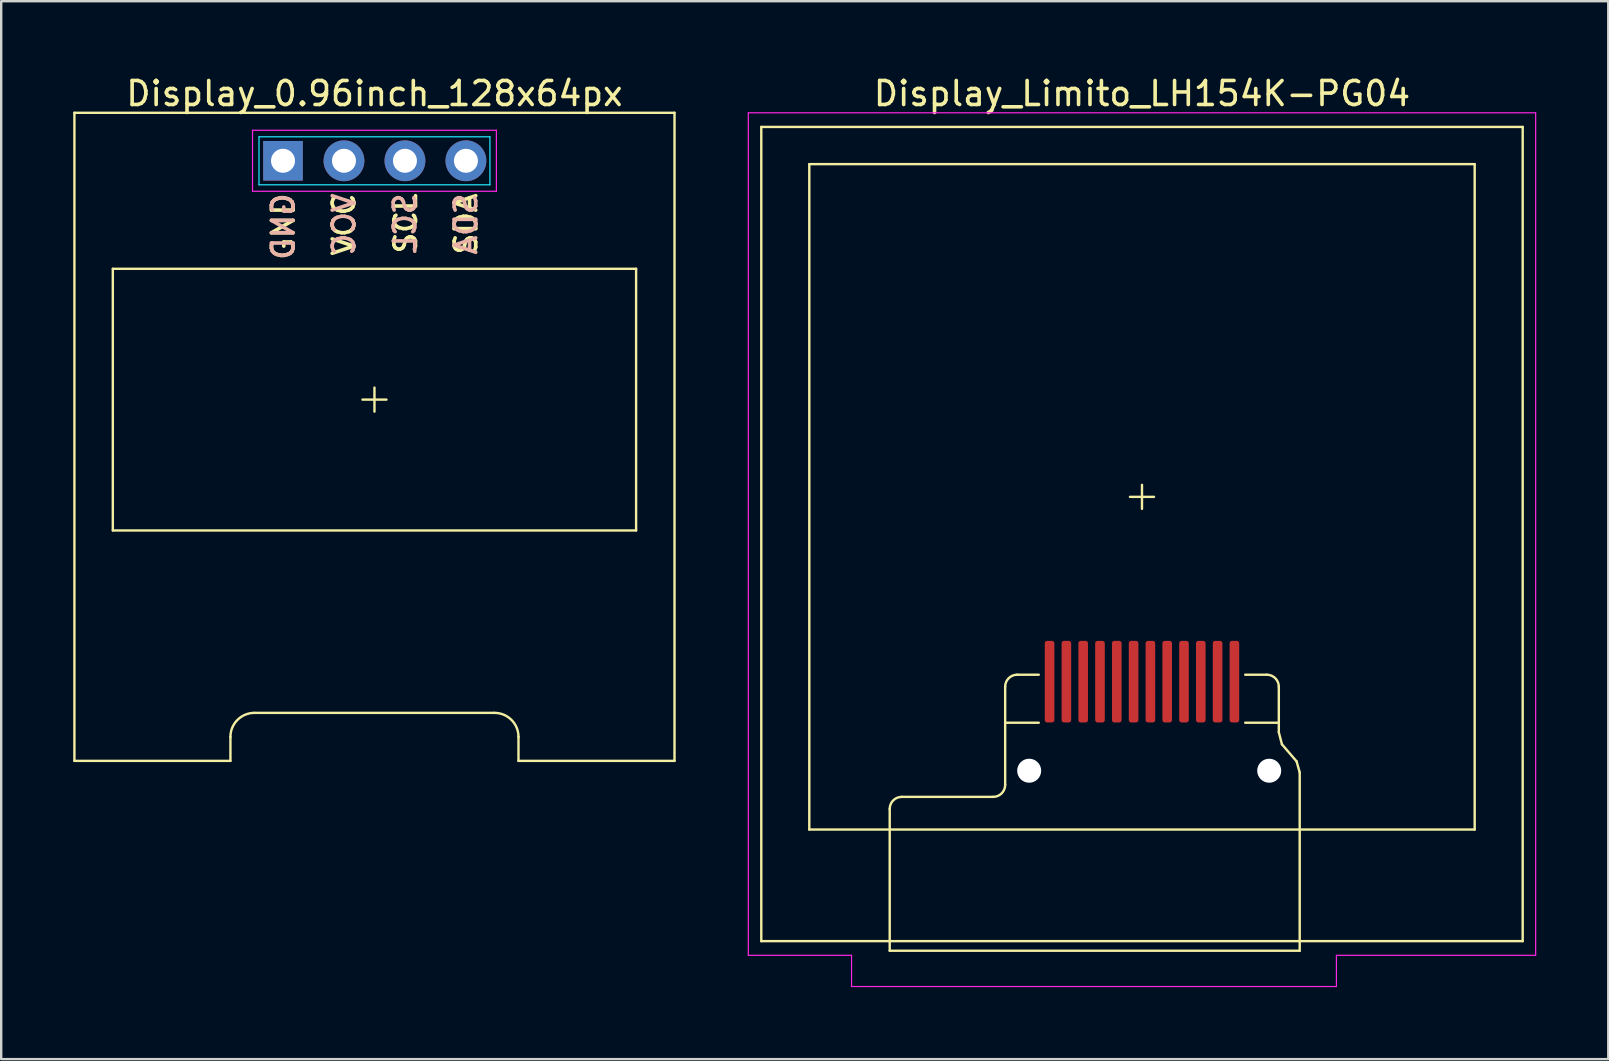
<source format=kicad_pcb>
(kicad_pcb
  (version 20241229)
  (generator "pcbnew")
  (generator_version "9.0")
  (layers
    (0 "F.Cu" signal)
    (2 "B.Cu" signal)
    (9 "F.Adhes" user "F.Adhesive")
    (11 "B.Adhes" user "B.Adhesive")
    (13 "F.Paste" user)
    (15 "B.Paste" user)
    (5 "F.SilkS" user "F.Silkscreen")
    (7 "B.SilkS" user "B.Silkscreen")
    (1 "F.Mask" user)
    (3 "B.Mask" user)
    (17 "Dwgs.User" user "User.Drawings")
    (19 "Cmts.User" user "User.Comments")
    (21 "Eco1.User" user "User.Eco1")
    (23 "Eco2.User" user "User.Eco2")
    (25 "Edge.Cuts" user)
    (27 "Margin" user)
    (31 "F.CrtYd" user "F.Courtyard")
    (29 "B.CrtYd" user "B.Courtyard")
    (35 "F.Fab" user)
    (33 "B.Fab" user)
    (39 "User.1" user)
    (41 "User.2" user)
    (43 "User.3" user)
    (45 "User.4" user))
  (footprint "Display_0.96inch_128x64px"
    (layer "F.Cu")
    (at 12.55 13.598)
    (property "Reference" "Display_0.96inch_128x64px" (at 0 -12.75 0) (layer "F.SilkS") (effects (font (size 1 1) (thickness 0.15))))
    (attr through_hole)
    (fp_line (start -12.5 -11.95) (end -12.5 15.05) (stroke (width 0.1) (type solid)) (layer "F.SilkS"))
    (fp_line (start -12.5 -11.95) (end 12.5 -11.95) (stroke (width 0.1) (type solid)) (layer "F.SilkS"))
    (fp_line (start -12.5 15.05) (end -6 15.05) (stroke (width 0.1) (type solid)) (layer "F.SilkS"))
    (fp_line (start -10.9 -5.45) (end -10.9 5.45) (stroke (width 0.1) (type solid)) (layer "F.SilkS"))
    (fp_line (start -10.9 5.45) (end 10.9 5.45) (stroke (width 0.1) (type solid)) (layer "F.SilkS"))
    (fp_line (start -6 14.05) (end -6 15.05) (stroke (width 0.1) (type solid)) (layer "F.SilkS"))
    (fp_line (start -5 13.05) (end 5 13.05) (stroke (width 0.1) (type solid)) (layer "F.SilkS"))
    (fp_line (start -0.5 0) (end 0.5 0) (stroke (width 0.1) (type solid)) (layer "F.SilkS"))
    (fp_line (start 0 -0.5) (end 0 0.5) (stroke (width 0.1) (type solid)) (layer "F.SilkS"))
    (fp_line (start 6 14.05) (end 6 15.05) (stroke (width 0.1) (type solid)) (layer "F.SilkS"))
    (fp_line (start 6 15.05) (end 12.5 15.05) (stroke (width 0.1) (type solid)) (layer "F.SilkS"))
    (fp_line (start 10.9 -5.45) (end -10.9 -5.45) (stroke (width 0.1) (type solid)) (layer "F.SilkS"))
    (fp_line (start 10.9 -5.45) (end 10.9 5.45) (stroke (width 0.1) (type solid)) (layer "F.SilkS"))
    (fp_line (start 12.5 -11.95) (end 12.5 15.05) (stroke (width 0.1) (type solid)) (layer "F.SilkS"))
    (fp_arc (start -6 14.05) (mid -5.707107 13.342893) (end -5 13.05) (stroke (width 0.1) (type solid)) (layer "F.SilkS"))
    (fp_arc (start 5 13.05) (mid 5.707107 13.342893) (end 6 14.05) (stroke (width 0.1) (type solid)) (layer "F.SilkS"))
    (fp_line (start -12.3 -6.45) (end 12.3 -6.45) (stroke (width 0.1) (type solid)) (layer "Eco2.User"))
    (fp_line (start -12.3 10.55) (end -12.3 -6.45) (stroke (width 0.1) (type solid)) (layer "Eco2.User"))
    (fp_line (start -12.3 10.55) (end 12.3 10.55) (stroke (width 0.1) (type solid)) (layer "Eco2.User"))
    (fp_line (start -11.9 -5.95) (end -11.9 6.45) (stroke (width 0.1) (type solid)) (layer "Eco2.User"))
    (fp_line (start -11.9 -5.95) (end 11.9 -5.95) (stroke (width 0.1) (type solid)) (layer "Eco2.User"))
    (fp_line (start -11.9 6.45) (end 11.9 6.45) (stroke (width 0.1) (type solid)) (layer "Eco2.User"))
    (fp_line (start -10.9 -5.45) (end -10.9 5.45) (stroke (width 0.1) (type solid)) (layer "Eco2.User"))
    (fp_line (start -10.9 -5.45) (end 10.9 -5.45) (stroke (width 0.1) (type solid)) (layer "Eco2.User"))
    (fp_line (start -10.9 5.45) (end 10.9 5.45) (stroke (width 0.1) (type solid)) (layer "Eco2.User"))
    (fp_line (start 10.9 -5.45) (end 10.9 5.45) (stroke (width 0.1) (type solid)) (layer "Eco2.User"))
    (fp_line (start 11.9 -5.95) (end 11.9 6.45) (stroke (width 0.1) (type solid)) (layer "Eco2.User"))
    (fp_line (start 12.3 -6.45) (end 12.3 10.55) (stroke (width 0.1) (type solid)) (layer "Eco2.User"))
    (fp_line (start -4.81 -10.95) (end -4.81 -8.95) (stroke (width 0.05) (type solid)) (layer "B.CrtYd"))
    (fp_line (start -4.81 -8.95) (end 4.81 -8.95) (stroke (width 0.05) (type solid)) (layer "B.CrtYd"))
    (fp_line (start 4.81 -10.95) (end -4.81 -10.95) (stroke (width 0.05) (type solid)) (layer "B.CrtYd"))
    (fp_line (start 4.81 -8.95) (end 4.81 -10.95) (stroke (width 0.05) (type solid)) (layer "B.CrtYd"))
    (fp_line (start -5.08 -11.22) (end -5.08 -8.68) (stroke (width 0.05) (type solid)) (layer "F.CrtYd"))
    (fp_line (start -5.08 -8.68) (end 5.08 -8.68) (stroke (width 0.05) (type solid)) (layer "F.CrtYd"))
    (fp_line (start 5.08 -11.22) (end -5.08 -11.22) (stroke (width 0.05) (type solid)) (layer "F.CrtYd"))
    (fp_line (start 5.08 -8.68) (end 5.08 -11.22) (stroke (width 0.05) (type solid)) (layer "F.CrtYd"))
    (fp_text user "SCL" (at 1.3 -8.68 90) (layer "F.SilkS") (effects (font (size 0.9 0.9) (thickness 0.15)) (justify right)))
    (fp_text user "SDA" (at 3.81 -8.68 90) (layer "F.SilkS") (effects (font (size 0.9 0.9) (thickness 0.15)) (justify right)))
    (fp_text user "VCC" (at -1.27 -8.68 90) (layer "F.SilkS") (effects (font (size 0.9 0.9) (thickness 0.15)) (justify right)))
    (fp_text user "GND" (at -3.8 -8.68 90) (layer "F.SilkS") (effects (font (size 0.9 0.9) (thickness 0.15)) (justify right)))
    (fp_text user "GND" (at -3.8 -8.68 90) (layer "B.SilkS") (effects (font (size 0.9 0.9) (thickness 0.15)) (justify left mirror)))
    (fp_text user "SDA" (at 3.81 -8.68 90) (layer "B.SilkS") (effects (font (size 0.9 0.9) (thickness 0.15)) (justify left mirror)))
    (fp_text user "SCL" (at 1.27 -8.68 90) (layer "B.SilkS") (effects (font (size 0.9 0.9) (thickness 0.15)) (justify left mirror)))
    (fp_text user "VCC" (at -1.27 -8.68 90) (layer "B.SilkS") (effects (font (size 0.9 0.9) (thickness 0.15)) (justify left mirror)))
    (fp_text user "Active area (Y tolerance: 0.5mm)" (at -10.8 5.05 0) (layer "Eco2.User") (effects (font (size 0.5 0.5) (thickness 0.075)) (justify left)))
    (fp_text user "Glass pane (approx)" (at -12.2 10.15 0) (layer "Eco2.User") (effects (font (size 0.5 0.5) (thickness 0.075)) (justify left)))
    (fp_text user "View area (approx)" (at -11.8 6.05 0) (layer "Eco2.User") (effects (font (size 0.5 0.5) (thickness 0.075)) (justify left)))
    (pad "1" thru_hole rect (at -3.81 -9.95 270) (size 1.65 1.65) (drill 1) (layers "*.Cu" "*.Mask"))
    (pad "2" thru_hole circle (at -1.27 -9.95 270) (size 1.7 1.7) (drill 1) (layers "*.Cu" "*.Mask"))
    (pad "3" thru_hole circle (at 1.27 -9.95 270) (size 1.7 1.7) (drill 1) (layers "*.Cu" "*.Mask"))
    (pad "4" thru_hole circle (at 3.81 -9.95 270) (size 1.7 1.7) (drill 1) (layers "*.Cu" "*.Mask")))
  (footprint "Display_Limito_LH154K-PG04"
    (layer "F.Cu")
    (at 44.525 17.648)
    (property "Reference" "Display_Limito_LH154K-PG04" (at 0 -16.8 0) (layer "F.SilkS") (effects (font (size 1 1) (thickness 0.15))))
    (attr smd)
    (fp_line (start -15.86 -15.41) (end -15.86 18.51) (stroke (width 0.1) (type solid)) (layer "F.SilkS"))
    (fp_line (start -15.86 18.51) (end 15.86 18.51) (stroke (width 0.1) (type solid)) (layer "F.SilkS"))
    (fp_line (start -13.86 13.86) (end -13.86 -13.86) (stroke (width 0.1) (type solid)) (layer "F.SilkS"))
    (fp_line (start -13.86 13.86) (end 13.86 13.86) (stroke (width 0.1) (type solid)) (layer "F.SilkS"))
    (fp_line (start -10.51 18.91) (end -10.51 13) (stroke (width 0.1) (type solid)) (layer "F.SilkS"))
    (fp_line (start -6.2 12.5) (end -10.01 12.5) (stroke (width 0.1) (type solid)) (layer "F.SilkS"))
    (fp_line (start -5.7 7.91) (end -5.7 12) (stroke (width 0.1) (type solid)) (layer "F.SilkS"))
    (fp_line (start -4.3 7.41) (end -5.2 7.41) (stroke (width 0.1) (type solid)) (layer "F.SilkS"))
    (fp_line (start -4.3 9.41) (end -5.7 9.41) (stroke (width 0.1) (type solid)) (layer "F.SilkS"))
    (fp_line (start -0.5 0) (end 0.5 0) (stroke (width 0.1) (type solid)) (layer "F.SilkS"))
    (fp_line (start 0 -0.5) (end 0 0.5) (stroke (width 0.1) (type solid)) (layer "F.SilkS"))
    (fp_line (start 5.2 7.41) (end 4.3 7.41) (stroke (width 0.1) (type solid)) (layer "F.SilkS"))
    (fp_line (start 5.7 9.41) (end 4.3 9.41) (stroke (width 0.1) (type solid)) (layer "F.SilkS"))
    (fp_line (start 5.7 9.81) (end 5.7 7.91) (stroke (width 0.1) (type solid)) (layer "F.SilkS"))
    (fp_line (start 5.7 9.81) (end 5.83 10.31) (stroke (width 0.1) (type solid)) (layer "F.SilkS"))
    (fp_line (start 5.83 10.31) (end 6.44 11.02) (stroke (width 0.1) (type solid)) (layer "F.SilkS"))
    (fp_line (start 6.44 11.02) (end 6.57 11.48) (stroke (width 0.1) (type solid)) (layer "F.SilkS"))
    (fp_line (start 6.57 18.91) (end -10.51 18.91) (stroke (width 0.1) (type solid)) (layer "F.SilkS"))
    (fp_line (start 6.57 18.91) (end 6.57 11.48) (stroke (width 0.1) (type solid)) (layer "F.SilkS"))
    (fp_line (start 13.86 -13.86) (end -13.86 -13.86) (stroke (width 0.1) (type solid)) (layer "F.SilkS"))
    (fp_line (start 13.86 -13.86) (end 13.86 13.86) (stroke (width 0.1) (type solid)) (layer "F.SilkS"))
    (fp_line (start 15.86 -15.41) (end -15.86 -15.41) (stroke (width 0.1) (type solid)) (layer "F.SilkS"))
    (fp_line (start 15.86 18.51) (end 15.86 -15.41) (stroke (width 0.1) (type solid)) (layer "F.SilkS"))
    (fp_arc (start -10.51 13) (mid -10.363553 12.646447) (end -10.01 12.5) (stroke (width 0.1) (type solid)) (layer "F.SilkS"))
    (fp_arc (start -5.7 7.91) (mid -5.553553 7.556447) (end -5.2 7.41) (stroke (width 0.1) (type solid)) (layer "F.SilkS"))
    (fp_arc (start -5.7 12) (mid -5.846447 12.353553) (end -6.2 12.5) (stroke (width 0.1) (type solid)) (layer "F.SilkS"))
    (fp_arc (start 5.2 7.41) (mid 5.553553 7.556447) (end 5.7 7.91) (stroke (width 0.1) (type solid)) (layer "F.SilkS"))
    (fp_line (start -15.76 -15.31) (end -15.76 18.41) (stroke (width 0.1) (type solid)) (layer "Eco2.User"))
    (fp_line (start -15.76 18.41) (end 15.76 18.41) (stroke (width 0.1) (type solid)) (layer "Eco2.User"))
    (fp_line (start -14.86 15.31) (end -14.86 -14.41) (stroke (width 0.1) (type solid)) (layer "Eco2.User"))
    (fp_line (start -14.86 15.31) (end 14.86 15.31) (stroke (width 0.1) (type solid)) (layer "Eco2.User"))
    (fp_line (start -0.5 1.55) (end 0.5 1.55) (stroke (width 0.1) (type solid)) (layer "Eco2.User"))
    (fp_line (start 0 1.05) (end 0 2.05) (stroke (width 0.1) (type solid)) (layer "Eco2.User"))
    (fp_line (start 14.86 -14.41) (end -14.86 -14.41) (stroke (width 0.1) (type solid)) (layer "Eco2.User"))
    (fp_line (start 14.86 -14.41) (end 14.86 15.31) (stroke (width 0.1) (type solid)) (layer "Eco2.User"))
    (fp_line (start 15.76 -15.31) (end -15.76 -15.31) (stroke (width 0.1) (type solid)) (layer "Eco2.User"))
    (fp_line (start 15.76 18.41) (end 15.76 -15.31) (stroke (width 0.1) (type solid)) (layer "Eco2.User"))
    (fp_circle (center -4.7 11.4) (end -3.7 11.4) (stroke (width 0.05) (type solid)) (fill no) (layer "Eco2.User"))
    (fp_circle (center 5.3 11.4) (end 6.3 11.4) (stroke (width 0.05) (type solid)) (fill no) (layer "Eco2.User"))
    (fp_line (start -16.4 -16) (end -16.4 19.1) (stroke (width 0.05) (type solid)) (layer "F.CrtYd"))
    (fp_line (start -16.4 -16) (end 16.4 -16) (stroke (width 0.05) (type solid)) (layer "F.CrtYd"))
    (fp_line (start -16.4 19.1) (end -12.1 19.1) (stroke (width 0.05) (type solid)) (layer "F.CrtYd"))
    (fp_line (start -12.1 19.1) (end -12.1 20.4) (stroke (width 0.05) (type solid)) (layer "F.CrtYd"))
    (fp_line (start -12.1 20.4) (end 8.1 20.4) (stroke (width 0.05) (type solid)) (layer "F.CrtYd"))
    (fp_line (start 8.1 19.1) (end 8.1 20.4) (stroke (width 0.05) (type solid)) (layer "F.CrtYd"))
    (fp_line (start 8.1 19.1) (end 16.4 19.1) (stroke (width 0.05) (type solid)) (layer "F.CrtYd"))
    (fp_line (start 16.4 -16) (end 16.4 19.1) (stroke (width 0.05) (type solid)) (layer "F.CrtYd"))
    (fp_text user "Active area" (at -13.75 13.45 0) (layer "Eco2.User") (effects (font (size 0.5 0.5) (thickness 0.075)) (justify left)))
    (fp_text user "View area (Polarizer)" (at -14.75 14.9 0) (layer "Eco2.User") (effects (font (size 0.5 0.5) (thickness 0.075)) (justify left)))
    (fp_text user "Module center" (at 0 2.3 0) (layer "Eco2.User") (effects (font (size 0.5 0.5) (thickness 0.075))))
    (fp_text user "Optical center" (at 0 -0.752 0) (layer "Eco2.User") (effects (font (size 0.5 0.5) (thickness 0.075))))
    (fp_text user "Module" (at -15.65 18 0) (layer "Eco2.User") (effects (font (size 0.5 0.5) (thickness 0.075)) (justify left)))
    (pad "" np_thru_hole circle (at -4.7 11.41 270) (size 1 1) (drill 1) (layers "*.Cu" "*.Mask"))
    (pad "" np_thru_hole circle (at 5.3 11.41 270) (size 1 1) (drill 1) (layers "*.Cu" "*.Mask"))
    (pad "1" smd roundrect (at 3.85 7.7 270) (size 3.4 0.4) (layers "F.Cu" "F.Mask" "F.Paste") (roundrect_rratio 0.25))
    (pad "2" smd roundrect (at 3.15 7.7 270) (size 3.4 0.4) (layers "F.Cu" "F.Mask" "F.Paste") (roundrect_rratio 0.25))
    (pad "3" smd roundrect (at 2.45 7.7 270) (size 3.4 0.4) (layers "F.Cu" "F.Mask" "F.Paste") (roundrect_rratio 0.25))
    (pad "4" smd roundrect (at 1.75 7.7 270) (size 3.4 0.4) (layers "F.Cu" "F.Mask" "F.Paste") (roundrect_rratio 0.25))
    (pad "5" smd roundrect (at 1.05 7.7 270) (size 3.4 0.4) (layers "F.Cu" "F.Mask" "F.Paste") (roundrect_rratio 0.25))
    (pad "6" smd roundrect (at 0.35 7.7 270) (size 3.4 0.4) (layers "F.Cu" "F.Mask" "F.Paste") (roundrect_rratio 0.25))
    (pad "7" smd roundrect (at -0.35 7.7 270) (size 3.4 0.4) (layers "F.Cu" "F.Mask" "F.Paste") (roundrect_rratio 0.25))
    (pad "8" smd roundrect (at -1.05 7.7 270) (size 3.4 0.4) (layers "F.Cu" "F.Mask" "F.Paste") (roundrect_rratio 0.25))
    (pad "9" smd roundrect (at -1.75 7.7 270) (size 3.4 0.4) (layers "F.Cu" "F.Mask" "F.Paste") (roundrect_rratio 0.25))
    (pad "10" smd roundrect (at -2.45 7.7 270) (size 3.4 0.4) (layers "F.Cu" "F.Mask" "F.Paste") (roundrect_rratio 0.25))
    (pad "11" smd roundrect (at -3.15 7.7 270) (size 3.4 0.4) (layers "F.Cu" "F.Mask" "F.Paste") (roundrect_rratio 0.25))
    (pad "12" smd roundrect (at -3.85 7.7 270) (size 3.4 0.4) (layers "F.Cu" "F.Mask" "F.Paste") (roundrect_rratio 0.25)))
  (gr_rect
    (start -3 -3)
    (end 63.95 41.073)
    (stroke (width 0.1) (type default))
    (fill no)
    (layer "Edge.Cuts")))
</source>
